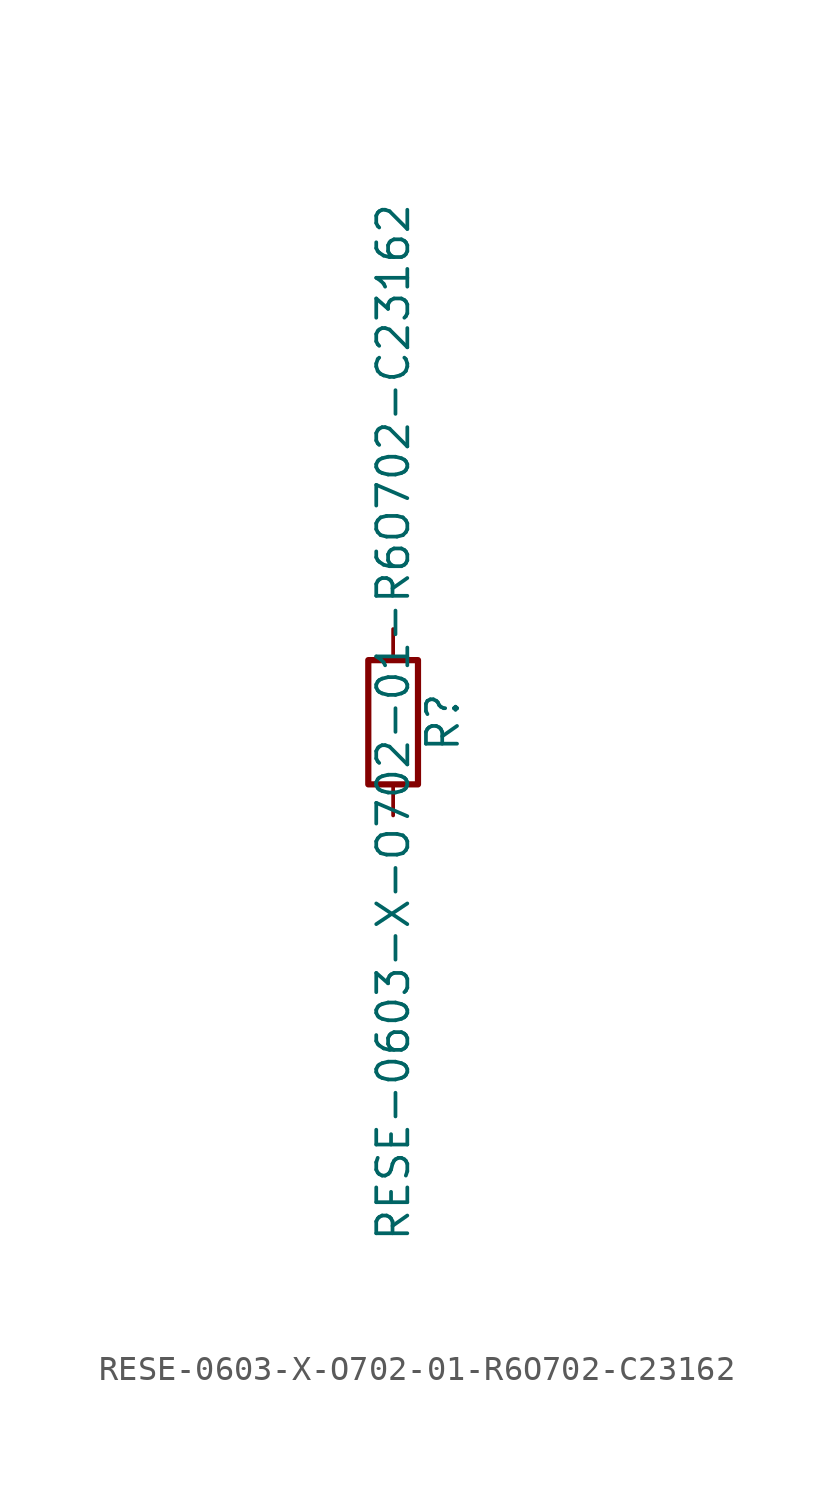
<source format=kicad_sym>
(kicad_symbol_lib
  (version 20211014)
  (generator kicad_symbol_editor)
  (symbol "RESE-0603-X-O702-01-R6O702-C23162"
    (pin_numbers hide)
    (pin_names
      (offset 0))
    (property "Reference" "R"
      (at 2.032 0 90)
      (effects (font (size 1.27 1.27))))
    (property "Value" "RESE-0603-X-O702-01-R6O702-C23162"
      (at 0 0 90)
      (effects (font (size 1.27 1.27))))
    (symbol "RESE-0603-X-O702-01-R6O702-C23162_0_1"
      (rectangle (start -1.016 -2.54) (end 1.016 2.54) (stroke (width 0.254) (type default) (color 0 0 0 0)) (fill (type none))))
    (symbol "RESE-0603-X-O702-01-R6O702-C23162_1_1"
      (pin passive line (at 0 3.81 270) (length 1.27) (name "~" (effects (font (size 1.27 1.27)))) (number "1" (effects (font (size 1.27 1.27)))))
      (pin passive line (at 0 -3.81 90) (length 1.27) (name "~" (effects (font (size 1.27 1.27)))) (number "2" (effects (font (size 1.27 1.27))))))))
</source>
